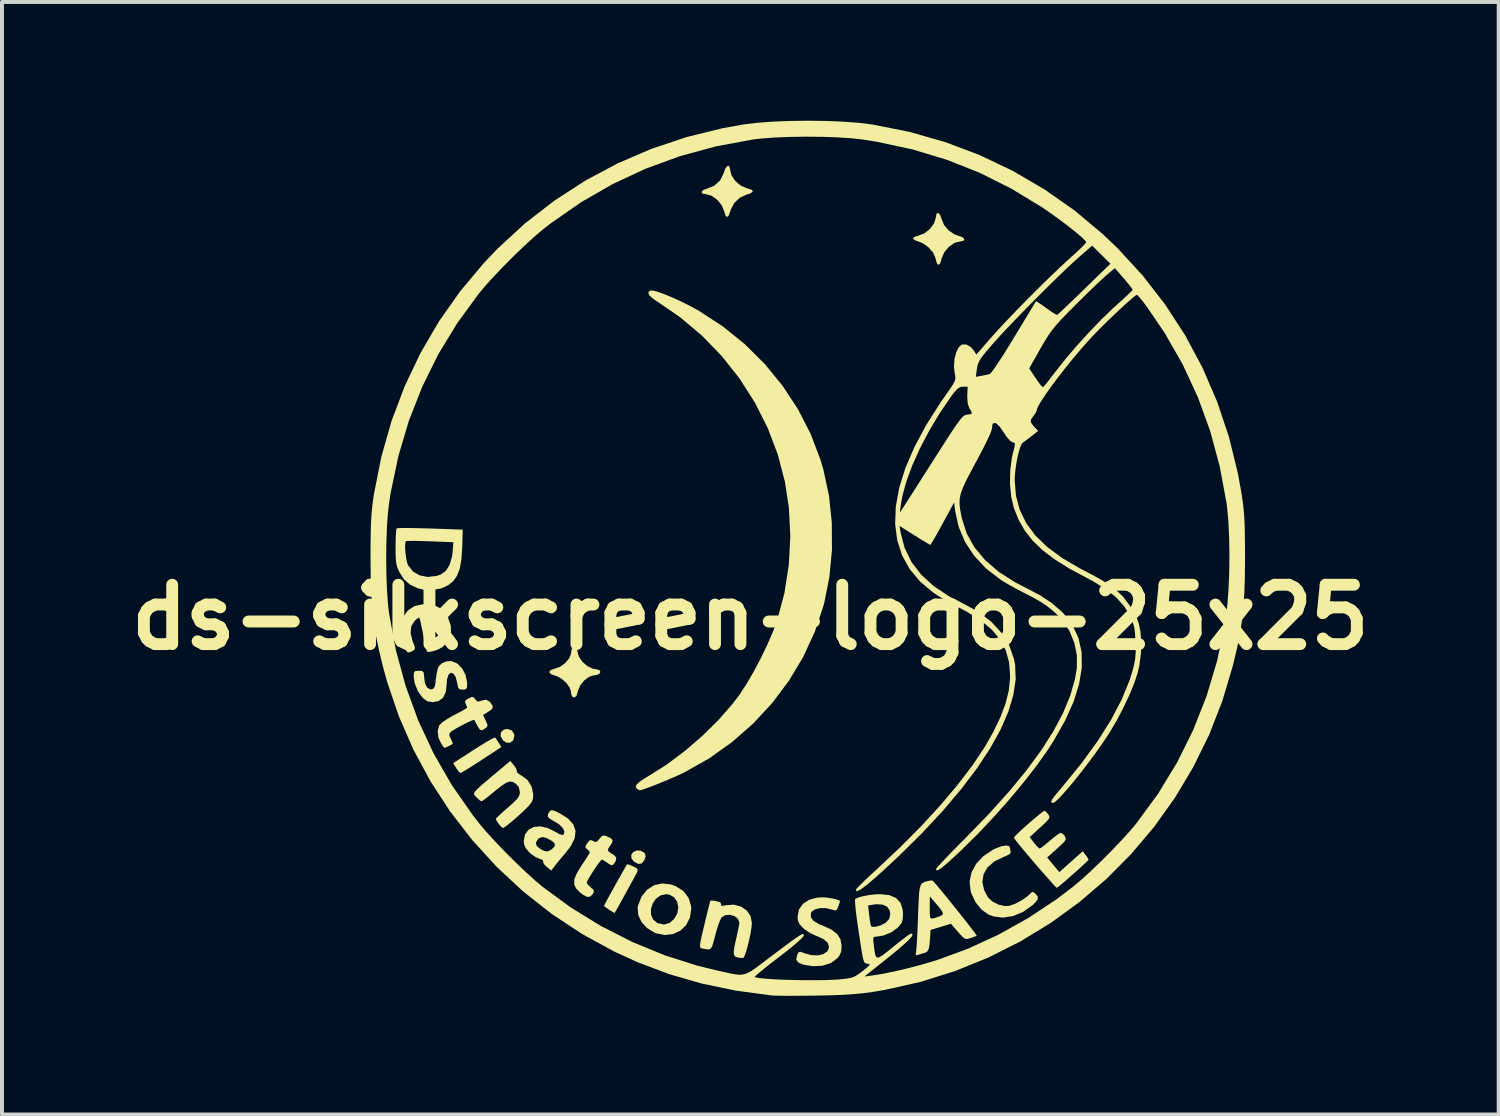
<source format=kicad_pcb>
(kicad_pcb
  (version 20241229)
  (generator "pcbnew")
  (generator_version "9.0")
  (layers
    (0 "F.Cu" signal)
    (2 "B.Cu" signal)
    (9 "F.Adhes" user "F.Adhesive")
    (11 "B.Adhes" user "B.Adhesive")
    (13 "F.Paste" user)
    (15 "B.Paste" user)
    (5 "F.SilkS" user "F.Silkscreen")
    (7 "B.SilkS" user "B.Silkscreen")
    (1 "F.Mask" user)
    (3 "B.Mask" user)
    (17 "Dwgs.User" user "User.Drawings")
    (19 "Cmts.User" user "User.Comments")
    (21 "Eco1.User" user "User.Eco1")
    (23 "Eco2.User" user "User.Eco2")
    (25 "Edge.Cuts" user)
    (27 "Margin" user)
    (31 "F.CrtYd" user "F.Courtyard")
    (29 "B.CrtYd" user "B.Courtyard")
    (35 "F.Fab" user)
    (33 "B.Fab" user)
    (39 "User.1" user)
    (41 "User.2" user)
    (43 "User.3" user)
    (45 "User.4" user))
  (footprint "ds-silkscreen-logo-25x25"
    (layer "F.Cu")
    (at 17.288 11.085)
    (property "Reference" "ds-silkscreen-logo-25x25" (at -1.381 1.46 0) (layer "F.SilkS") (effects (font (size 1.5 1.5) (thickness 0.3))))
    (attr board_only exclude_from_pos_files exclude_from_bom)
    (fp_poly (pts (xy -7.411 4.316) (xy -7.35 4.405) (xy -7.343 4.461) (xy -7.373 4.57) (xy -7.448 4.629) (xy -7.544 4.628) (xy -7.635 4.567) (xy -7.692 4.462) (xy -7.682 4.366) (xy -7.612 4.3) (xy -7.522 4.282)) (stroke (width 0) (type solid)) (fill yes) (layer "F.SilkS"))
    (fp_poly (pts (xy -4.154 7.357) (xy -4.054 7.411) (xy -4.024 7.499) (xy -4.064 7.607) (xy -4.135 7.684) (xy -4.214 7.691) (xy -4.316 7.637) (xy -4.385 7.554) (xy -4.39 7.466) (xy -4.342 7.392) (xy -4.251 7.351)) (stroke (width 0) (type solid)) (fill yes) (layer "F.SilkS"))
    (fp_poly (pts (xy -7.795 4.544) (xy -7.742 4.626) (xy -7.74 4.63) (xy -7.672 4.739) (xy -8.173 5.067) (xy -8.35 5.182) (xy -8.504 5.279) (xy -8.622 5.351) (xy -8.692 5.39) (xy -8.705 5.395) (xy -8.744 5.364) (xy -8.8 5.289) (xy -8.812 5.27) (xy -8.888 5.145) (xy -8.37 4.81) (xy -8.191 4.697) (xy -8.036 4.603) (xy -7.917 4.535) (xy -7.845 4.5) (xy -7.83 4.498)) (stroke (width 0) (type solid)) (fill yes) (layer "F.SilkS"))
    (fp_poly (pts (xy -4.454 7.708) (xy -4.368 7.74) (xy -4.34 7.753) (xy -4.252 7.801) (xy -4.224 7.843) (xy -4.243 7.901) (xy -4.247 7.909) (xy -4.301 8.012) (xy -4.376 8.15) (xy -4.464 8.31) (xy -4.556 8.478) (xy -4.644 8.638) (xy -4.721 8.776) (xy -4.779 8.878) (xy -4.809 8.929) (xy -4.812 8.932) (xy -4.846 8.913) (xy -4.923 8.865) (xy -4.948 8.849) (xy -5.031 8.792) (xy -5.075 8.754) (xy -5.077 8.75) (xy -5.059 8.712) (xy -5.01 8.62) (xy -4.939 8.488) (xy -4.853 8.332) (xy -4.761 8.167) (xy -4.671 8.007) (xy -4.592 7.867) (xy -4.532 7.762) (xy -4.499 7.707) (xy -4.496 7.703)) (stroke (width 0) (type solid)) (fill yes) (layer "F.SilkS"))
    (fp_poly (pts (xy -1.899 -9.894) (xy -1.897 -9.867) (xy -1.861 -9.712) (xy -1.764 -9.565) (xy -1.624 -9.446) (xy -1.459 -9.374) (xy -1.435 -9.368) (xy -1.339 -9.336) (xy -1.319 -9.295) (xy -1.373 -9.252) (xy -1.474 -9.219) (xy -1.645 -9.141) (xy -1.787 -9.007) (xy -1.876 -8.839) (xy -1.884 -8.81) (xy -1.924 -8.695) (xy -1.967 -8.652) (xy -2.007 -8.685) (xy -2.033 -8.77) (xy -2.096 -8.937) (xy -2.21 -9.081) (xy -2.354 -9.186) (xy -2.509 -9.232) (xy -2.531 -9.233) (xy -2.601 -9.25) (xy -2.61 -9.29) (xy -2.566 -9.336) (xy -2.475 -9.369) (xy -2.292 -9.442) (xy -2.147 -9.575) (xy -2.057 -9.753) (xy -2.051 -9.773) (xy -2.012 -9.879) (xy -1.964 -9.939) (xy -1.922 -9.947)) (stroke (width 0) (type solid)) (fill yes) (layer "F.SilkS"))
    (fp_poly (pts (xy 3.411 -8.71) (xy 3.446 -8.619) (xy 3.448 -8.609) (xy 3.513 -8.45) (xy 3.634 -8.309) (xy 3.786 -8.208) (xy 3.879 -8.178) (xy 3.973 -8.145) (xy 4.022 -8.1) (xy 4.018 -8.06) (xy 3.952 -8.04) (xy 3.944 -8.04) (xy 3.789 -8.004) (xy 3.642 -7.907) (xy 3.523 -7.768) (xy 3.451 -7.604) (xy 3.446 -7.579) (xy 3.414 -7.478) (xy 3.374 -7.443) (xy 3.337 -7.474) (xy 3.317 -7.531) (xy 3.293 -7.626) (xy 3.293 -7.627) (xy 3.231 -7.761) (xy 3.117 -7.889) (xy 2.975 -7.99) (xy 2.875 -8.029) (xy 2.765 -8.07) (xy 2.729 -8.114) (xy 2.769 -8.153) (xy 2.847 -8.176) (xy 3.014 -8.239) (xy 3.158 -8.353) (xy 3.263 -8.497) (xy 3.309 -8.652) (xy 3.31 -8.674) (xy 3.327 -8.745) (xy 3.366 -8.754)) (stroke (width 0) (type solid)) (fill yes) (layer "F.SilkS"))
    (fp_poly (pts (xy -5.797 2.193) (xy -5.762 2.25) (xy -5.753 2.307) (xy -5.717 2.448) (xy -5.625 2.584) (xy -5.497 2.696) (xy -5.353 2.762) (xy -5.28 2.772) (xy -5.202 2.792) (xy -5.174 2.816) (xy -5.177 2.869) (xy -5.239 2.912) (xy -5.341 2.93) (xy -5.344 2.93) (xy -5.457 2.965) (xy -5.574 3.053) (xy -5.673 3.174) (xy -5.733 3.305) (xy -5.739 3.332) (xy -5.773 3.444) (xy -5.825 3.488) (xy -5.886 3.461) (xy -5.907 3.404) (xy -5.912 3.341) (xy -5.945 3.236) (xy -6.029 3.121) (xy -6.143 3.018) (xy -6.266 2.949) (xy -6.31 2.936) (xy -6.423 2.895) (xy -6.462 2.844) (xy -6.428 2.794) (xy -6.32 2.758) (xy -6.316 2.757) (xy -6.184 2.708) (xy -6.059 2.616) (xy -5.961 2.501) (xy -5.913 2.385) (xy -5.912 2.363) (xy -5.894 2.26) (xy -5.852 2.196) (xy -5.799 2.192)) (stroke (width 0) (type solid)) (fill yes) (layer "F.SilkS"))
    (fp_poly (pts (xy -3.391 8.208) (xy -3.264 8.254) (xy -3.071 8.379) (xy -2.941 8.549) (xy -2.879 8.754) (xy -2.874 8.834) (xy -2.909 9.055) (xy -3.005 9.239) (xy -3.151 9.378) (xy -3.333 9.463) (xy -3.541 9.488) (xy -3.761 9.444) (xy -3.805 9.426) (xy -3.992 9.311) (xy -4.131 9.158) (xy -4.213 8.981) (xy -4.225 8.831) (xy -3.891 8.831) (xy -3.89 8.969) (xy -3.841 9.091) (xy -3.739 9.179) (xy -3.721 9.188) (xy -3.56 9.223) (xy -3.418 9.181) (xy -3.308 9.084) (xy -3.225 8.939) (xy -3.201 8.788) (xy -3.23 8.648) (xy -3.306 8.535) (xy -3.425 8.468) (xy -3.512 8.456) (xy -3.654 8.488) (xy -3.768 8.573) (xy -3.849 8.693) (xy -3.891 8.831) (xy -4.225 8.831) (xy -4.228 8.795) (xy -4.219 8.746) (xy -4.131 8.519) (xy -3.993 8.346) (xy -3.817 8.233) (xy -3.613 8.185)) (stroke (width 0) (type solid)) (fill yes) (layer "F.SilkS"))
    (fp_poly (pts (xy 5.156 7.24) (xy 5.178 7.28) (xy 5.192 7.37) (xy 5.198 7.39) (xy 5.177 7.438) (xy 5.077 7.492) (xy 5.019 7.514) (xy 4.782 7.629) (xy 4.612 7.778) (xy 4.511 7.953) (xy 4.481 8.149) (xy 4.526 8.357) (xy 4.627 8.541) (xy 4.738 8.644) (xy 4.893 8.721) (xy 5.057 8.757) (xy 5.154 8.752) (xy 5.304 8.701) (xy 5.47 8.614) (xy 5.615 8.513) (xy 5.671 8.46) (xy 5.731 8.404) (xy 5.776 8.406) (xy 5.82 8.442) (xy 5.879 8.513) (xy 5.881 8.582) (xy 5.821 8.665) (xy 5.747 8.735) (xy 5.507 8.905) (xy 5.254 9.01) (xy 5 9.048) (xy 4.757 9.017) (xy 4.63 8.968) (xy 4.457 8.843) (xy 4.31 8.661) (xy 4.205 8.443) (xy 4.185 8.378) (xy 4.159 8.138) (xy 4.207 7.905) (xy 4.325 7.687) (xy 4.508 7.494) (xy 4.749 7.333) (xy 4.809 7.303) (xy 4.957 7.247) (xy 5.078 7.226)) (stroke (width 0) (type solid)) (fill yes) (layer "F.SilkS"))
    (fp_poly (pts (xy -8.786 2.628) (xy -8.663 2.751) (xy -8.576 2.916) (xy -8.537 3.107) (xy -8.536 3.142) (xy -8.542 3.239) (xy -8.572 3.28) (xy -8.644 3.288) (xy -8.65 3.288) (xy -8.723 3.28) (xy -8.761 3.241) (xy -8.782 3.149) (xy -8.786 3.124) (xy -8.826 2.967) (xy -8.885 2.88) (xy -8.951 2.863) (xy -9.009 2.915) (xy -9.046 3.036) (xy -9.052 3.137) (xy -9.075 3.347) (xy -9.145 3.494) (xy -9.262 3.579) (xy -9.413 3.605) (xy -9.547 3.581) (xy -9.659 3.497) (xy -9.784 3.322) (xy -9.864 3.117) (xy -9.887 2.952) (xy -9.881 2.858) (xy -9.847 2.819) (xy -9.764 2.811) (xy -9.757 2.811) (xy -9.672 2.818) (xy -9.635 2.852) (xy -9.624 2.937) (xy -9.623 2.963) (xy -9.601 3.129) (xy -9.546 3.238) (xy -9.465 3.282) (xy -9.437 3.281) (xy -9.387 3.263) (xy -9.357 3.216) (xy -9.337 3.12) (xy -9.328 3.03) (xy -9.307 2.885) (xy -9.279 2.761) (xy -9.257 2.703) (xy -9.176 2.623) (xy -9.054 2.573) (xy -8.933 2.566)) (stroke (width 0) (type solid)) (fill yes) (layer "F.SilkS"))
    (fp_poly (pts (xy -9.991 -0.795) (xy -9.78 -0.791) (xy -9.539 -0.785) (xy -9.47 -0.783) (xy -8.647 -0.754) (xy -8.661 -0.293) (xy -8.681 0.003) (xy -8.722 0.233) (xy -8.79 0.41) (xy -8.889 0.548) (xy -9.015 0.651) (xy -9.196 0.732) (xy -9.415 0.771) (xy -9.637 0.764) (xy -9.785 0.727) (xy -9.984 0.632) (xy -10.129 0.504) (xy -10.245 0.324) (xy -10.289 0.229) (xy -10.318 0.138) (xy -10.335 0.03) (xy -10.342 -0.115) (xy -10.344 -0.292) (xy -10.103 -0.292) (xy -10.093 -0.154) (xy -10.073 -0.014) (xy -10.046 0.1) (xy -10.029 0.144) (xy -9.906 0.301) (xy -9.737 0.401) (xy -9.535 0.441) (xy -9.312 0.416) (xy -9.202 0.381) (xy -9.074 0.289) (xy -8.977 0.132) (xy -8.917 -0.078) (xy -8.904 -0.186) (xy -8.883 -0.436) (xy -9.474 -0.459) (xy -9.682 -0.466) (xy -9.861 -0.47) (xy -9.996 -0.469) (xy -10.073 -0.465) (xy -10.085 -0.462) (xy -10.101 -0.403) (xy -10.103 -0.292) (xy -10.344 -0.292) (xy -10.344 -0.314) (xy -10.342 -0.495) (xy -10.336 -0.645) (xy -10.327 -0.748) (xy -10.318 -0.785) (xy -10.273 -0.792) (xy -10.16 -0.795)) (stroke (width 0) (type solid)) (fill yes) (layer "F.SilkS"))
    (fp_poly (pts (xy -5.006 6.994) (xy -4.898 7.048) (xy -4.859 7.098) (xy -4.881 7.167) (xy -4.919 7.225) (xy -4.971 7.304) (xy -4.979 7.355) (xy -4.934 7.402) (xy -4.829 7.465) (xy -4.768 7.529) (xy -4.78 7.614) (xy -4.818 7.675) (xy -4.859 7.721) (xy -4.901 7.723) (xy -4.971 7.68) (xy -4.992 7.665) (xy -5.075 7.61) (xy -5.128 7.582) (xy -5.132 7.581) (xy -5.166 7.612) (xy -5.227 7.693) (xy -5.304 7.804) (xy -5.384 7.925) (xy -5.453 8.039) (xy -5.501 8.126) (xy -5.515 8.164) (xy -5.485 8.218) (xy -5.414 8.284) (xy -5.411 8.287) (xy -5.342 8.345) (xy -5.333 8.395) (xy -5.36 8.449) (xy -5.425 8.518) (xy -5.503 8.526) (xy -5.608 8.472) (xy -5.684 8.413) (xy -5.786 8.309) (xy -5.833 8.201) (xy -5.826 8.075) (xy -5.762 7.921) (xy -5.642 7.724) (xy -5.634 7.713) (xy -5.545 7.58) (xy -5.477 7.473) (xy -5.439 7.407) (xy -5.435 7.396) (xy -5.463 7.356) (xy -5.502 7.322) (xy -5.546 7.282) (xy -5.542 7.237) (xy -5.502 7.169) (xy -5.447 7.1) (xy -5.397 7.092) (xy -5.352 7.114) (xy -5.29 7.14) (xy -5.24 7.115) (xy -5.192 7.056) (xy -5.13 6.986) (xy -5.073 6.972)) (stroke (width 0) (type solid)) (fill yes) (layer "F.SilkS"))
    (fp_poly (pts (xy -7.352 5.202) (xy -7.297 5.284) (xy -7.279 5.345) (xy -7.282 5.352) (xy -7.265 5.391) (xy -7.194 5.442) (xy -7.166 5.457) (xy -7.011 5.572) (xy -6.907 5.737) (xy -6.866 5.933) (xy -6.866 5.948) (xy -6.873 6.047) (xy -6.904 6.128) (xy -6.972 6.217) (xy -7.055 6.302) (xy -7.175 6.416) (xy -7.305 6.533) (xy -7.432 6.641) (xy -7.539 6.727) (xy -7.612 6.778) (xy -7.633 6.786) (xy -7.67 6.758) (xy -7.731 6.69) (xy -7.739 6.68) (xy -7.792 6.602) (xy -7.812 6.552) (xy -7.811 6.549) (xy -7.778 6.513) (xy -7.699 6.439) (xy -7.585 6.337) (xy -7.502 6.264) (xy -7.363 6.14) (xy -7.274 6.05) (xy -7.226 5.98) (xy -7.206 5.916) (xy -7.204 5.873) (xy -7.23 5.749) (xy -7.309 5.664) (xy -7.382 5.62) (xy -7.455 5.609) (xy -7.54 5.636) (xy -7.652 5.707) (xy -7.803 5.825) (xy -7.863 5.875) (xy -7.989 5.978) (xy -8.093 6.058) (xy -8.16 6.104) (xy -8.175 6.111) (xy -8.219 6.084) (xy -8.289 6.02) (xy -8.298 6.01) (xy -8.336 5.971) (xy -8.359 5.938) (xy -8.36 5.903) (xy -8.334 5.858) (xy -8.273 5.794) (xy -8.172 5.702) (xy -8.022 5.575) (xy -7.842 5.423) (xy -7.447 5.09)) (stroke (width 0) (type solid)) (fill yes) (layer "F.SilkS"))
    (fp_poly (pts (xy 0.559 8.543) (xy 0.686 8.563) (xy 0.798 8.589) (xy 0.871 8.617) (xy 0.885 8.633) (xy 0.873 8.673) (xy 0.845 8.757) (xy 0.842 8.766) (xy 0.806 8.848) (xy 0.761 8.868) (xy 0.697 8.85) (xy 0.536 8.81) (xy 0.38 8.808) (xy 0.249 8.84) (xy 0.165 8.903) (xy 0.15 8.933) (xy 0.147 9.036) (xy 0.211 9.127) (xy 0.349 9.21) (xy 0.449 9.251) (xy 0.668 9.351) (xy 0.815 9.465) (xy 0.898 9.599) (xy 0.925 9.764) (xy 0.925 9.766) (xy 0.914 9.905) (xy 0.871 10.006) (xy 0.813 10.077) (xy 0.648 10.198) (xy 0.437 10.264) (xy 0.192 10.275) (xy -0.042 10.236) (xy -0.168 10.184) (xy -0.22 10.111) (xy -0.204 10.008) (xy -0.195 9.985) (xy -0.162 9.925) (xy -0.12 9.91) (xy -0.041 9.936) (xy -0.012 9.948) (xy 0.16 9.996) (xy 0.324 10.002) (xy 0.464 9.969) (xy 0.564 9.902) (xy 0.606 9.805) (xy 0.607 9.791) (xy 0.574 9.685) (xy 0.471 9.593) (xy 0.295 9.512) (xy 0.274 9.505) (xy 0.127 9.436) (xy -0.014 9.343) (xy -0.051 9.311) (xy -0.141 9.211) (xy -0.181 9.116) (xy -0.188 9.023) (xy -0.153 8.843) (xy -0.051 8.699) (xy 0.108 8.596) (xy 0.318 8.542) (xy 0.441 8.535)) (stroke (width 0) (type solid)) (fill yes) (layer "F.SilkS"))
    (fp_poly (pts (xy -8.371 3.481) (xy -8.331 3.531) (xy -8.282 3.586) (xy -8.224 3.586) (xy -8.169 3.564) (xy -8.058 3.542) (xy -7.966 3.591) (xy -7.898 3.689) (xy -7.887 3.744) (xy -7.928 3.797) (xy -7.998 3.844) (xy -8.135 3.929) (xy -8.068 4.069) (xy -8.027 4.162) (xy -8.024 4.214) (xy -8.06 4.254) (xy -8.077 4.266) (xy -8.155 4.313) (xy -8.209 4.304) (xy -8.261 4.231) (xy -8.281 4.193) (xy -8.327 4.105) (xy -8.356 4.054) (xy -8.358 4.051) (xy -8.397 4.06) (xy -8.485 4.098) (xy -8.601 4.155) (xy -8.726 4.221) (xy -8.84 4.284) (xy -8.921 4.336) (xy -8.942 4.351) (xy -8.984 4.4) (xy -8.984 4.453) (xy -8.949 4.529) (xy -8.911 4.612) (xy -8.899 4.657) (xy -8.9 4.658) (xy -8.948 4.687) (xy -9.024 4.726) (xy -9.088 4.754) (xy -9.105 4.759) (xy -9.137 4.73) (xy -9.189 4.658) (xy -9.19 4.657) (xy -9.263 4.495) (xy -9.281 4.332) (xy -9.242 4.194) (xy -9.235 4.184) (xy -9.17 4.12) (xy -9.054 4.039) (xy -8.908 3.953) (xy -8.853 3.924) (xy -8.712 3.851) (xy -8.604 3.79) (xy -8.543 3.751) (xy -8.536 3.742) (xy -8.552 3.694) (xy -8.576 3.645) (xy -8.592 3.586) (xy -8.553 3.54) (xy -8.501 3.51) (xy -8.418 3.473)) (stroke (width 0) (type solid)) (fill yes) (layer "F.SilkS"))
    (fp_poly (pts (xy -6.308 6.359) (xy -6.2 6.411) (xy -5.988 6.544) (xy -5.854 6.693) (xy -5.797 6.858) (xy -5.818 7.04) (xy -5.916 7.24) (xy -6.042 7.405) (xy -6.154 7.535) (xy -6.254 7.656) (xy -6.324 7.744) (xy -6.331 7.752) (xy -6.409 7.859) (xy -6.525 7.767) (xy -6.593 7.697) (xy -6.617 7.64) (xy -6.614 7.631) (xy -6.628 7.593) (xy -6.707 7.562) (xy -6.709 7.561) (xy -6.812 7.516) (xy -6.927 7.435) (xy -6.968 7.397) (xy -7.059 7.29) (xy -7.099 7.188) (xy -7.101 7.156) (xy -6.801 7.156) (xy -6.776 7.242) (xy -6.673 7.323) (xy -6.567 7.371) (xy -6.491 7.372) (xy -6.406 7.326) (xy -6.398 7.321) (xy -6.322 7.244) (xy -6.325 7.172) (xy -6.392 7.112) (xy -6.536 7.035) (xy -6.64 7.012) (xy -6.721 7.042) (xy -6.747 7.064) (xy -6.801 7.156) (xy -7.101 7.156) (xy -7.105 7.109) (xy -7.073 6.945) (xy -6.985 6.828) (xy -6.853 6.759) (xy -6.689 6.743) (xy -6.503 6.783) (xy -6.332 6.868) (xy -6.202 6.941) (xy -6.122 6.96) (xy -6.099 6.949) (xy -6.077 6.879) (xy -6.116 6.79) (xy -6.205 6.697) (xy -6.329 6.619) (xy -6.448 6.553) (xy -6.5 6.494) (xy -6.491 6.428) (xy -6.459 6.376) (xy -6.425 6.34) (xy -6.382 6.334)) (stroke (width 0) (type solid)) (fill yes) (layer "F.SilkS"))
    (fp_poly (pts (xy -2.257 8.628) (xy -2.239 8.631) (xy -2.142 8.662) (xy -2.119 8.706) (xy -2.121 8.712) (xy -2.119 8.745) (xy -2.068 8.748) (xy -2 8.735) (xy -1.798 8.721) (xy -1.618 8.769) (xy -1.473 8.867) (xy -1.376 9.008) (xy -1.342 9.182) (xy -1.352 9.296) (xy -1.376 9.446) (xy -1.411 9.612) (xy -1.451 9.775) (xy -1.492 9.918) (xy -1.529 10.022) (xy -1.558 10.066) (xy -1.56 10.067) (xy -1.628 10.066) (xy -1.691 10.057) (xy -1.756 10.036) (xy -1.792 9.993) (xy -1.802 9.915) (xy -1.785 9.789) (xy -1.744 9.601) (xy -1.741 9.59) (xy -1.704 9.427) (xy -1.676 9.287) (xy -1.66 9.194) (xy -1.659 9.174) (xy -1.693 9.079) (xy -1.78 9.011) (xy -1.894 8.977) (xy -2.011 8.985) (xy -2.107 9.042) (xy -2.107 9.042) (xy -2.144 9.11) (xy -2.191 9.234) (xy -2.24 9.394) (xy -2.266 9.489) (xy -2.311 9.665) (xy -2.347 9.776) (xy -2.386 9.834) (xy -2.439 9.853) (xy -2.52 9.843) (xy -2.597 9.827) (xy -2.628 9.818) (xy -2.647 9.799) (xy -2.653 9.758) (xy -2.645 9.683) (xy -2.621 9.563) (xy -2.58 9.386) (xy -2.541 9.222) (xy -2.492 9.017) (xy -2.449 8.842) (xy -2.415 8.709) (xy -2.395 8.633) (xy -2.39 8.62) (xy -2.347 8.617)) (stroke (width 0) (type solid)) (fill yes) (layer "F.SilkS"))
    (fp_poly (pts (xy -9.369 1.155) (xy -9.19 1.246) (xy -9.054 1.403) (xy -9.023 1.459) (xy -8.947 1.678) (xy -8.947 1.882) (xy -9.02 2.065) (xy -9.155 2.211) (xy -9.244 2.262) (xy -9.355 2.306) (xy -9.463 2.332) (xy -9.537 2.334) (xy -9.55 2.327) (xy -9.564 2.284) (xy -9.589 2.179) (xy -9.62 2.03) (xy -9.646 1.9) (xy -9.681 1.729) (xy -9.711 1.589) (xy -9.735 1.497) (xy -9.742 1.476) (xy -9.476 1.476) (xy -9.463 1.571) (xy -9.442 1.692) (xy -9.417 1.815) (xy -9.393 1.914) (xy -9.388 1.93) (xy -9.348 1.969) (xy -9.288 1.944) (xy -9.221 1.861) (xy -9.214 1.85) (xy -9.179 1.759) (xy -9.192 1.668) (xy -9.207 1.63) (xy -9.259 1.551) (xy -9.337 1.48) (xy -9.415 1.433) (xy -9.471 1.429) (xy -9.476 1.433) (xy -9.476 1.476) (xy -9.742 1.476) (xy -9.744 1.47) (xy -9.781 1.483) (xy -9.849 1.538) (xy -9.865 1.553) (xy -9.948 1.69) (xy -9.964 1.864) (xy -9.914 2.065) (xy -9.907 2.082) (xy -9.863 2.195) (xy -9.855 2.258) (xy -9.886 2.297) (xy -9.949 2.328) (xy -10.013 2.351) (xy -10.055 2.336) (xy -10.096 2.269) (xy -10.125 2.205) (xy -10.213 1.935) (xy -10.226 1.692) (xy -10.165 1.475) (xy -10.158 1.461) (xy -10.032 1.286) (xy -9.865 1.177) (xy -9.652 1.13) (xy -9.594 1.128)) (stroke (width 0) (type solid)) (fill yes) (layer "F.SilkS"))
    (fp_poly (pts (xy 3.223 8.114) (xy 3.26 8.151) (xy 3.335 8.238) (xy 3.44 8.364) (xy 3.567 8.519) (xy 3.707 8.691) (xy 3.851 8.871) (xy 3.991 9.046) (xy 4.118 9.208) (xy 4.223 9.344) (xy 4.299 9.445) (xy 4.336 9.499) (xy 4.338 9.505) (xy 4.294 9.525) (xy 4.205 9.558) (xy 4.184 9.565) (xy 4.109 9.587) (xy 4.053 9.585) (xy 3.996 9.549) (xy 3.918 9.468) (xy 3.865 9.408) (xy 3.685 9.203) (xy 3.428 9.282) (xy 3.171 9.36) (xy 3.16 9.554) (xy 3.146 9.73) (xy 3.124 9.842) (xy 3.087 9.906) (xy 3.03 9.938) (xy 3.016 9.942) (xy 2.911 9.972) (xy 2.852 9.992) (xy 2.806 9.998) (xy 2.798 9.955) (xy 2.806 9.903) (xy 2.815 9.826) (xy 2.825 9.685) (xy 2.836 9.496) (xy 2.846 9.275) (xy 2.853 9.092) (xy 2.857 8.96) (xy 3.152 8.96) (xy 3.163 9.046) (xy 3.201 9.075) (xy 3.281 9.059) (xy 3.418 9.009) (xy 3.421 9.007) (xy 3.472 8.979) (xy 3.484 8.937) (xy 3.452 8.87) (xy 3.372 8.766) (xy 3.293 8.674) (xy 3.154 8.515) (xy 3.152 8.806) (xy 3.152 8.96) (xy 2.857 8.96) (xy 2.863 8.803) (xy 2.873 8.582) (xy 2.884 8.421) (xy 2.9 8.309) (xy 2.921 8.235) (xy 2.95 8.189) (xy 2.99 8.161) (xy 3.042 8.141) (xy 3.053 8.137) (xy 3.152 8.113) (xy 3.218 8.111)) (stroke (width 0) (type solid)) (fill yes) (layer "F.SilkS"))
    (fp_poly (pts (xy 6.095 6.378) (xy 6.145 6.439) (xy 6.171 6.484) (xy 6.174 6.525) (xy 6.143 6.576) (xy 6.07 6.652) (xy 5.948 6.766) (xy 5.942 6.771) (xy 5.677 7.014) (xy 5.787 7.159) (xy 5.86 7.245) (xy 5.915 7.297) (xy 5.929 7.303) (xy 5.972 7.279) (xy 6.057 7.214) (xy 6.167 7.122) (xy 6.188 7.104) (xy 6.303 7.009) (xy 6.399 6.938) (xy 6.458 6.906) (xy 6.463 6.906) (xy 6.518 6.936) (xy 6.565 6.993) (xy 6.587 7.039) (xy 6.584 7.083) (xy 6.545 7.139) (xy 6.461 7.221) (xy 6.369 7.305) (xy 6.118 7.529) (xy 6.272 7.714) (xy 6.426 7.899) (xy 6.528 7.808) (xy 6.612 7.732) (xy 6.728 7.629) (xy 6.823 7.544) (xy 7.017 7.371) (xy 7.09 7.466) (xy 7.143 7.541) (xy 7.165 7.585) (xy 7.137 7.617) (xy 7.062 7.689) (xy 6.954 7.788) (xy 6.826 7.903) (xy 6.691 8.022) (xy 6.564 8.133) (xy 6.457 8.223) (xy 6.384 8.281) (xy 6.36 8.297) (xy 6.33 8.268) (xy 6.256 8.188) (xy 6.147 8.066) (xy 6.009 7.91) (xy 5.852 7.729) (xy 5.81 7.681) (xy 5.65 7.493) (xy 5.508 7.325) (xy 5.394 7.186) (xy 5.315 7.086) (xy 5.279 7.033) (xy 5.277 7.029) (xy 5.306 6.991) (xy 5.381 6.914) (xy 5.49 6.813) (xy 5.618 6.698) (xy 5.751 6.582) (xy 5.875 6.478) (xy 5.976 6.398) (xy 6.039 6.354) (xy 6.051 6.349)) (stroke (width 0) (type solid)) (fill yes) (layer "F.SilkS"))
    (fp_poly (pts (xy -3.83 -6.792) (xy -3.702 -6.756) (xy -3.532 -6.694) (xy -3.332 -6.61) (xy -3.117 -6.512) (xy -2.9 -6.403) (xy -2.694 -6.29) (xy -2.691 -6.289) (xy -2.082 -5.893) (xy -1.522 -5.441) (xy -1.016 -4.938) (xy -0.567 -4.39) (xy -0.18 -3.801) (xy 0.14 -3.178) (xy 0.389 -2.525) (xy 0.466 -2.266) (xy 0.606 -1.611) (xy 0.677 -0.932) (xy 0.681 -0.243) (xy 0.617 0.439) (xy 0.486 1.097) (xy 0.466 1.171) (xy 0.246 1.83) (xy -0.046 2.463) (xy -0.406 3.063) (xy -0.828 3.625) (xy -1.307 4.143) (xy -1.84 4.611) (xy -2.421 5.025) (xy -3.044 5.376) (xy -3.191 5.446) (xy -3.368 5.524) (xy -3.559 5.605) (xy -3.748 5.682) (xy -3.921 5.749) (xy -4.061 5.8) (xy -4.152 5.828) (xy -4.176 5.832) (xy -4.21 5.813) (xy -4.243 5.793) (xy -4.279 5.746) (xy -4.254 5.685) (xy -4.165 5.605) (xy -4.007 5.502) (xy -3.933 5.459) (xy -3.485 5.175) (xy -3.034 4.836) (xy -2.596 4.459) (xy -2.189 4.058) (xy -1.832 3.65) (xy -1.649 3.408) (xy -1.48 3.15) (xy -1.301 2.842) (xy -1.122 2.505) (xy -0.957 2.163) (xy -0.815 1.838) (xy -0.709 1.554) (xy -0.707 1.549) (xy -0.521 0.854) (xy -0.409 0.138) (xy -0.371 -0.587) (xy -0.407 -1.311) (xy -0.507 -1.961) (xy -0.687 -2.651) (xy -0.942 -3.321) (xy -1.265 -3.962) (xy -1.653 -4.57) (xy -2.101 -5.137) (xy -2.604 -5.656) (xy -3.158 -6.122) (xy -3.662 -6.469) (xy -3.832 -6.583) (xy -3.931 -6.671) (xy -3.961 -6.737) (xy -3.925 -6.784) (xy -3.901 -6.795)) (stroke (width 0) (type solid)) (fill yes) (layer "F.SilkS"))
    (fp_poly (pts (xy 0.534 -11.079) (xy 0.971 -11.061) (xy 1.369 -11.031) (xy 1.7 -10.99) (xy 2.633 -10.805) (xy 3.538 -10.547) (xy 4.412 -10.217) (xy 5.25 -9.818) (xy 6.051 -9.35) (xy 6.811 -8.817) (xy 7.526 -8.218) (xy 7.9 -7.861) (xy 8.534 -7.171) (xy 9.103 -6.436) (xy 9.608 -5.658) (xy 10.045 -4.84) (xy 10.413 -3.985) (xy 10.711 -3.097) (xy 10.936 -2.179) (xy 11.03 -1.66) (xy 11.058 -1.471) (xy 11.079 -1.293) (xy 11.095 -1.112) (xy 11.106 -0.913) (xy 11.112 -0.68) (xy 11.116 -0.399) (xy 11.117 -0.054) (xy 11.117 -0.031) (xy 11.113 0.435) (xy 11.1 0.84) (xy 11.077 1.202) (xy 11.04 1.541) (xy 10.988 1.875) (xy 10.919 2.222) (xy 10.83 2.6) (xy 10.807 2.692) (xy 10.543 3.578) (xy 10.21 4.43) (xy 9.809 5.245) (xy 9.346 6.02) (xy 8.824 6.751) (xy 8.245 7.437) (xy 7.614 8.072) (xy 6.933 8.655) (xy 6.207 9.183) (xy 5.438 9.652) (xy 4.63 10.058) (xy 3.787 10.4) (xy 2.912 10.674) (xy 2.008 10.876) (xy 1.72 10.924) (xy 1.476 10.957) (xy 1.22 10.982) (xy 0.936 11) (xy 0.605 11.012) (xy 0.249 11.019) (xy -0.025 11.022) (xy -0.282 11.023) (xy -0.507 11.023) (xy -0.687 11.021) (xy -0.808 11.017) (xy -0.844 11.015) (xy -1.751 10.892) (xy -2.609 10.714) (xy -3.43 10.477) (xy -4.224 10.177) (xy -4.823 9.904) (xy -5.634 9.46) (xy -6.402 8.953) (xy -7.122 8.386) (xy -7.791 7.764) (xy -8.407 7.089) (xy -8.965 6.367) (xy -9.463 5.602) (xy -9.897 4.797) (xy -10.263 3.957) (xy -10.559 3.087) (xy -10.667 2.692) (xy -10.76 2.304) (xy -10.834 1.952) (xy -10.889 1.617) (xy -10.929 1.281) (xy -10.956 0.925) (xy -10.971 0.532) (xy -10.976 0.081) (xy -10.976 0.014) (xy -10.581 0.014) (xy -10.575 0.418) (xy -10.56 0.799) (xy -10.535 1.138) (xy -10.509 1.361) (xy -10.335 2.297) (xy -10.088 3.2) (xy -9.771 4.069) (xy -9.382 4.902) (xy -8.923 5.699) (xy -8.394 6.459) (xy -8.232 6.667) (xy -8.051 6.881) (xy -7.825 7.128) (xy -7.571 7.393) (xy -7.304 7.659) (xy -7.041 7.909) (xy -6.799 8.128) (xy -6.628 8.271) (xy -5.913 8.795) (xy -5.154 9.261) (xy -4.361 9.664) (xy -3.544 10) (xy -2.712 10.264) (xy -2.249 10.377) (xy -2.021 10.428) (xy -1.846 10.467) (xy -1.71 10.489) (xy -1.597 10.49) (xy -1.495 10.467) (xy -1.388 10.416) (xy -1.262 10.333) (xy -1.102 10.214) (xy -0.896 10.057) (xy -0.823 10.002) (xy -0.576 9.816) (xy -0.385 9.674) (xy -0.243 9.572) (xy -0.144 9.505) (xy -0.08 9.469) (xy -0.046 9.46) (xy -0.032 9.474) (xy -0.034 9.506) (xy -0.035 9.511) (xy -0.07 9.557) (xy -0.159 9.641) (xy -0.292 9.756) (xy -0.46 9.892) (xy -0.652 10.04) (xy -0.68 10.062) (xy -0.87 10.208) (xy -1.033 10.337) (xy -1.161 10.442) (xy -1.244 10.515) (xy -1.274 10.55) (xy -1.273 10.552) (xy -1.169 10.573) (xy -1 10.591) (xy -0.78 10.606) (xy -0.523 10.618) (xy -0.245 10.626) (xy 0.042 10.63) (xy 0.323 10.629) (xy 0.582 10.624) (xy 0.807 10.613) (xy 0.885 10.607) (xy 1.056 10.589) (xy 1.174 10.566) (xy 1.269 10.528) (xy 1.369 10.464) (xy 1.452 10.401) (xy 1.567 10.31) (xy 1.625 10.256) (xy 1.633 10.228) (xy 1.599 10.215) (xy 1.584 10.212) (xy 1.549 10.208) (xy 1.522 10.2) (xy 1.5 10.177) (xy 1.481 10.13) (xy 1.46 10.05) (xy 1.437 9.927) (xy 1.409 9.752) (xy 1.373 9.515) (xy 1.34 9.296) (xy 1.308 9.071) (xy 1.283 8.873) (xy 1.271 8.742) (xy 1.594 8.742) (xy 1.622 8.987) (xy 1.639 9.121) (xy 1.657 9.223) (xy 1.67 9.265) (xy 1.722 9.284) (xy 1.818 9.272) (xy 1.93 9.236) (xy 2.031 9.181) (xy 2.038 9.177) (xy 2.13 9.078) (xy 2.154 8.959) (xy 2.14 8.869) (xy 2.078 8.774) (xy 1.959 8.719) (xy 1.799 8.71) (xy 1.748 8.716) (xy 1.594 8.742) (xy 1.271 8.742) (xy 1.268 8.716) (xy 1.263 8.612) (xy 1.269 8.576) (xy 1.344 8.54) (xy 1.475 8.505) (xy 1.636 8.476) (xy 1.804 8.459) (xy 1.898 8.456) (xy 2.131 8.48) (xy 2.302 8.553) (xy 2.414 8.676) (xy 2.469 8.853) (xy 2.475 8.96) (xy 2.468 9.094) (xy 2.438 9.186) (xy 2.371 9.272) (xy 2.343 9.301) (xy 2.181 9.419) (xy 1.983 9.501) (xy 1.8 9.529) (xy 1.75 9.534) (xy 1.727 9.562) (xy 1.725 9.631) (xy 1.739 9.754) (xy 1.759 9.908) (xy 1.78 10.008) (xy 1.814 10.057) (xy 1.87 10.054) (xy 1.96 10) (xy 2.094 9.896) (xy 2.23 9.785) (xy 2.385 9.661) (xy 2.519 9.558) (xy 2.619 9.485) (xy 2.673 9.451) (xy 2.678 9.45) (xy 2.718 9.467) (xy 2.701 9.519) (xy 2.625 9.608) (xy 2.488 9.736) (xy 2.288 9.906) (xy 2.108 10.052) (xy 1.502 10.536) (xy 1.72 10.507) (xy 1.966 10.468) (xy 2.265 10.406) (xy 2.594 10.329) (xy 2.931 10.24) (xy 3.254 10.146) (xy 3.344 10.118) (xy 4.119 9.833) (xy 4.889 9.478) (xy 5.638 9.06) (xy 6.35 8.588) (xy 6.768 8.271) (xy 6.981 8.091) (xy 7.229 7.865) (xy 7.494 7.61) (xy 7.759 7.343) (xy 8.01 7.08) (xy 8.229 6.838) (xy 8.372 6.667) (xy 8.92 5.919) (xy 9.399 5.132) (xy 9.808 4.308) (xy 10.146 3.45) (xy 10.412 2.56) (xy 10.605 1.642) (xy 10.629 1.494) (xy 10.67 1.152) (xy 10.7 0.756) (xy 10.718 0.326) (xy 10.723 -0.116) (xy 10.716 -0.55) (xy 10.697 -0.955) (xy 10.665 -1.309) (xy 10.65 -1.422) (xy 10.477 -2.354) (xy 10.236 -3.247) (xy 9.924 -4.104) (xy 9.542 -4.928) (xy 9.087 -5.723) (xy 8.641 -6.379) (xy 8.542 -6.512) (xy 8.458 -6.616) (xy 8.402 -6.677) (xy 8.387 -6.687) (xy 8.342 -6.661) (xy 8.253 -6.589) (xy 8.127 -6.478) (xy 7.976 -6.339) (xy 7.809 -6.182) (xy 7.636 -6.016) (xy 7.468 -5.85) (xy 7.315 -5.694) (xy 7.186 -5.558) (xy 7.181 -5.552) (xy 6.982 -5.326) (xy 6.779 -5.087) (xy 6.581 -4.842) (xy 6.393 -4.601) (xy 6.223 -4.374) (xy 6.078 -4.168) (xy 5.963 -3.994) (xy 5.886 -3.861) (xy 5.854 -3.777) (xy 5.854 -3.769) (xy 5.83 -3.706) (xy 5.774 -3.628) (xy 5.711 -3.539) (xy 5.706 -3.468) (xy 5.761 -3.385) (xy 5.793 -3.351) (xy 5.891 -3.248) (xy 5.723 -3.117) (xy 5.618 -3.036) (xy 5.533 -2.974) (xy 5.502 -2.954) (xy 5.461 -2.895) (xy 5.417 -2.775) (xy 5.375 -2.613) (xy 5.339 -2.426) (xy 5.312 -2.233) (xy 5.298 -2.053) (xy 5.298 -2.004) (xy 5.329 -1.616) (xy 5.425 -1.255) (xy 5.588 -0.92) (xy 5.82 -0.606) (xy 6.124 -0.312) (xy 6.502 -0.034) (xy 6.956 0.231) (xy 7.086 0.298) (xy 7.293 0.406) (xy 7.497 0.522) (xy 7.675 0.631) (xy 7.806 0.721) (xy 7.814 0.728) (xy 8.038 0.942) (xy 8.235 1.207) (xy 8.387 1.494) (xy 8.424 1.592) (xy 8.475 1.814) (xy 8.495 2.085) (xy 8.486 2.381) (xy 8.448 2.676) (xy 8.403 2.871) (xy 8.317 3.128) (xy 8.194 3.427) (xy 8.044 3.746) (xy 7.877 4.064) (xy 7.704 4.359) (xy 7.667 4.416) (xy 7.521 4.635) (xy 7.357 4.867) (xy 7.183 5.104) (xy 7.005 5.337) (xy 6.83 5.557) (xy 6.667 5.755) (xy 6.521 5.922) (xy 6.401 6.049) (xy 6.313 6.128) (xy 6.27 6.15) (xy 6.229 6.143) (xy 6.22 6.115) (xy 6.247 6.058) (xy 6.316 5.964) (xy 6.432 5.824) (xy 6.514 5.727) (xy 6.988 5.146) (xy 7.396 4.584) (xy 7.735 4.046) (xy 8.004 3.532) (xy 8.202 3.046) (xy 8.262 2.855) (xy 8.313 2.663) (xy 8.342 2.506) (xy 8.355 2.349) (xy 8.353 2.158) (xy 8.35 2.084) (xy 8.339 1.88) (xy 8.32 1.729) (xy 8.288 1.604) (xy 8.239 1.481) (xy 8.22 1.44) (xy 8.07 1.19) (xy 7.866 0.962) (xy 7.601 0.749) (xy 7.268 0.544) (xy 7.122 0.467) (xy 6.68 0.23) (xy 6.31 -0.002) (xy 6.004 -0.233) (xy 5.755 -0.472) (xy 5.555 -0.725) (xy 5.398 -0.999) (xy 5.278 -1.297) (xy 5.21 -1.583) (xy 5.179 -1.911) (xy 5.185 -2.252) (xy 5.228 -2.577) (xy 5.252 -2.682) (xy 5.288 -2.822) (xy 5.302 -2.903) (xy 5.295 -2.942) (xy 5.265 -2.957) (xy 5.243 -2.96) (xy 5.178 -3.002) (xy 5.093 -3.101) (xy 5.019 -3.211) (xy 4.914 -3.362) (xy 4.831 -3.439) (xy 4.797 -3.449) (xy 4.741 -3.43) (xy 4.727 -3.359) (xy 4.728 -3.339) (xy 4.711 -3.258) (xy 4.652 -3.112) (xy 4.55 -2.901) (xy 4.407 -2.624) (xy 4.321 -2.465) (xy 4.175 -2.192) (xy 4.063 -1.976) (xy 3.984 -1.802) (xy 3.933 -1.658) (xy 3.908 -1.529) (xy 3.904 -1.403) (xy 3.919 -1.267) (xy 3.949 -1.106) (xy 3.963 -1.039) (xy 4.083 -0.662) (xy 4.278 -0.311) (xy 4.547 0.012) (xy 4.889 0.308) (xy 5.304 0.574) (xy 5.575 0.714) (xy 5.938 0.904) (xy 6.235 1.101) (xy 6.48 1.312) (xy 6.536 1.37) (xy 6.76 1.664) (xy 6.911 1.99) (xy 6.989 2.346) (xy 6.993 2.733) (xy 6.925 3.15) (xy 6.784 3.597) (xy 6.57 4.074) (xy 6.282 4.58) (xy 6.142 4.799) (xy 5.864 5.193) (xy 5.534 5.618) (xy 5.165 6.061) (xy 4.769 6.506) (xy 4.36 6.939) (xy 3.949 7.345) (xy 3.845 7.442) (xy 3.652 7.62) (xy 3.508 7.745) (xy 3.408 7.822) (xy 3.346 7.855) (xy 3.315 7.847) (xy 3.31 7.821) (xy 3.337 7.784) (xy 3.413 7.699) (xy 3.531 7.573) (xy 3.684 7.413) (xy 3.865 7.229) (xy 4.066 7.027) (xy 4.076 7.016) (xy 4.653 6.421) (xy 5.159 5.858) (xy 5.597 5.326) (xy 5.969 4.82) (xy 6.275 4.34) (xy 6.518 3.883) (xy 6.699 3.446) (xy 6.819 3.027) (xy 6.867 2.748) (xy 6.87 2.429) (xy 6.804 2.105) (xy 6.677 1.797) (xy 6.495 1.526) (xy 6.422 1.445) (xy 6.275 1.305) (xy 6.126 1.185) (xy 5.957 1.072) (xy 5.749 0.954) (xy 5.536 0.844) (xy 5.35 0.748) (xy 5.164 0.645) (xy 5.007 0.553) (xy 4.946 0.514) (xy 4.576 0.229) (xy 4.274 -0.093) (xy 4.041 -0.447) (xy 3.88 -0.831) (xy 3.796 -1.213) (xy 3.767 -1.441) (xy 3.476 -0.905) (xy 3.374 -0.72) (xy 3.286 -0.563) (xy 3.217 -0.445) (xy 3.175 -0.379) (xy 3.166 -0.369) (xy 3.128 -0.388) (xy 3.036 -0.443) (xy 2.906 -0.522) (xy 2.768 -0.608) (xy 2.388 -0.848) (xy 2.416 -0.678) (xy 2.517 -0.293) (xy 2.688 0.06) (xy 2.932 0.38) (xy 3.247 0.669) (xy 3.635 0.928) (xy 3.992 1.111) (xy 4.381 1.323) (xy 4.708 1.574) (xy 4.969 1.859) (xy 5.161 2.175) (xy 5.281 2.518) (xy 5.309 2.664) (xy 5.323 3.027) (xy 5.265 3.42) (xy 5.138 3.844) (xy 4.942 4.295) (xy 4.678 4.772) (xy 4.347 5.273) (xy 3.951 5.796) (xy 3.491 6.34) (xy 2.967 6.903) (xy 2.382 7.482) (xy 2.006 7.833) (xy 1.766 8.048) (xy 1.579 8.208) (xy 1.439 8.314) (xy 1.346 8.369) (xy 1.295 8.375) (xy 1.283 8.346) (xy 1.311 8.309) (xy 1.389 8.228) (xy 1.507 8.112) (xy 1.658 7.97) (xy 1.824 7.817) (xy 2.408 7.268) (xy 2.945 6.727) (xy 3.431 6.198) (xy 3.862 5.686) (xy 4.235 5.196) (xy 4.544 4.733) (xy 4.755 4.362) (xy 4.939 3.978) (xy 5.068 3.635) (xy 5.147 3.319) (xy 5.18 3.016) (xy 5.182 2.933) (xy 5.155 2.595) (xy 5.071 2.291) (xy 4.925 2.017) (xy 4.714 1.767) (xy 4.433 1.534) (xy 4.079 1.315) (xy 3.941 1.242) (xy 3.739 1.136) (xy 3.538 1.022) (xy 3.36 0.916) (xy 3.245 0.84) (xy 2.911 0.561) (xy 2.647 0.246) (xy 2.453 -0.103) (xy 2.33 -0.485) (xy 2.277 -0.898) (xy 2.288 -1.183) (xy 2.396 -1.183) (xy 2.474 -1.303) (xy 2.514 -1.364) (xy 2.591 -1.484) (xy 2.699 -1.653) (xy 2.833 -1.863) (xy 2.986 -2.103) (xy 3.154 -2.366) (xy 3.261 -2.535) (xy 3.455 -2.838) (xy 3.611 -3.081) (xy 3.735 -3.27) (xy 3.832 -3.413) (xy 3.907 -3.515) (xy 3.964 -3.584) (xy 4.009 -3.626) (xy 4.048 -3.649) (xy 4.084 -3.659) (xy 4.097 -3.66) (xy 4.19 -3.673) (xy 4.217 -3.701) (xy 4.188 -3.765) (xy 4.158 -3.812) (xy 4.112 -3.931) (xy 4.099 -4.105) (xy 4.1 -4.14) (xy 4.11 -4.366) (xy 3.989 -4.365) (xy 3.918 -4.354) (xy 3.852 -4.313) (xy 3.774 -4.228) (xy 3.694 -4.122) (xy 3.404 -3.698) (xy 3.141 -3.259) (xy 2.909 -2.817) (xy 2.714 -2.386) (xy 2.562 -1.976) (xy 2.459 -1.601) (xy 2.421 -1.382) (xy 2.396 -1.183) (xy 2.288 -1.183) (xy 2.294 -1.342) (xy 2.381 -1.815) (xy 2.538 -2.316) (xy 2.766 -2.844) (xy 3.063 -3.398) (xy 3.43 -3.975) (xy 3.551 -4.148) (xy 3.665 -4.311) (xy 3.741 -4.425) (xy 3.783 -4.506) (xy 3.799 -4.57) (xy 3.797 -4.615) (xy 4.317 -4.615) (xy 4.459 -4.641) (xy 4.574 -4.663) (xy 4.664 -4.684) (xy 4.669 -4.685) (xy 4.707 -4.724) (xy 4.779 -4.821) (xy 4.784 -4.828) (xy 5.665 -4.828) (xy 5.825 -4.585) (xy 5.906 -4.468) (xy 5.972 -4.385) (xy 6.011 -4.352) (xy 6.013 -4.352) (xy 6.047 -4.387) (xy 6.118 -4.472) (xy 6.215 -4.597) (xy 6.33 -4.747) (xy 6.341 -4.761) (xy 6.586 -5.071) (xy 6.872 -5.405) (xy 7.179 -5.743) (xy 7.488 -6.064) (xy 7.781 -6.347) (xy 7.895 -6.45) (xy 8.039 -6.579) (xy 8.158 -6.69) (xy 8.241 -6.771) (xy 8.277 -6.813) (xy 8.278 -6.815) (xy 8.254 -6.855) (xy 8.189 -6.939) (xy 8.096 -7.052) (xy 8.054 -7.101) (xy 7.829 -7.361) (xy 7.628 -7.194) (xy 7.539 -7.114) (xy 7.405 -6.989) (xy 7.24 -6.831) (xy 7.056 -6.651) (xy 6.864 -6.461) (xy 6.83 -6.427) (xy 6.624 -6.22) (xy 6.465 -6.054) (xy 6.341 -5.916) (xy 6.24 -5.791) (xy 6.151 -5.666) (xy 6.063 -5.527) (xy 5.966 -5.36) (xy 5.948 -5.328) (xy 5.665 -4.828) (xy 4.784 -4.828) (xy 4.879 -4.969) (xy 5.002 -5.157) (xy 5.14 -5.377) (xy 5.281 -5.608) (xy 5.426 -5.848) (xy 5.558 -6.066) (xy 5.67 -6.251) (xy 5.757 -6.395) (xy 5.814 -6.488) (xy 5.836 -6.523) (xy 5.87 -6.507) (xy 5.952 -6.454) (xy 6.065 -6.374) (xy 6.094 -6.352) (xy 6.216 -6.267) (xy 6.312 -6.206) (xy 6.367 -6.181) (xy 6.372 -6.181) (xy 6.408 -6.21) (xy 6.492 -6.288) (xy 6.616 -6.405) (xy 6.771 -6.554) (xy 6.95 -6.727) (xy 7.058 -6.832) (xy 7.716 -7.472) (xy 7.485 -7.701) (xy 7.255 -7.929) (xy 6.922 -7.639) (xy 6.752 -7.486) (xy 6.54 -7.286) (xy 6.297 -7.05) (xy 6.034 -6.791) (xy 5.763 -6.519) (xy 5.495 -6.246) (xy 5.241 -5.984) (xy 5.014 -5.744) (xy 4.824 -5.538) (xy 4.723 -5.423) (xy 4.577 -5.252) (xy 4.476 -5.125) (xy 4.411 -5.028) (xy 4.372 -4.946) (xy 4.35 -4.865) (xy 4.342 -4.813) (xy 4.317 -4.615) (xy 3.797 -4.615) (xy 3.796 -4.633) (xy 3.782 -4.703) (xy 3.763 -4.879) (xy 3.776 -5.06) (xy 3.817 -5.225) (xy 3.879 -5.355) (xy 3.959 -5.428) (xy 3.964 -5.431) (xy 4.074 -5.433) (xy 4.186 -5.37) (xy 4.259 -5.286) (xy 4.33 -5.177) (xy 4.683 -5.585) (xy 4.864 -5.787) (xy 5.091 -6.03) (xy 5.35 -6.3) (xy 5.628 -6.583) (xy 5.913 -6.868) (xy 6.19 -7.14) (xy 6.448 -7.386) (xy 6.672 -7.593) (xy 6.728 -7.644) (xy 6.871 -7.773) (xy 6.989 -7.886) (xy 7.071 -7.97) (xy 7.105 -8.015) (xy 7.106 -8.017) (xy 7.075 -8.061) (xy 6.989 -8.143) (xy 6.86 -8.253) (xy 6.697 -8.384) (xy 6.512 -8.526) (xy 6.314 -8.671) (xy 6.115 -8.812) (xy 5.993 -8.895) (xy 5.215 -9.368) (xy 4.414 -9.769) (xy 3.584 -10.098) (xy 2.72 -10.359) (xy 1.817 -10.553) (xy 1.461 -10.61) (xy 1.17 -10.642) (xy 0.82 -10.665) (xy 0.432 -10.678) (xy 0.026 -10.682) (xy -0.378 -10.676) (xy -0.76 -10.661) (xy -1.099 -10.636) (xy -1.321 -10.61) (xy -2.258 -10.435) (xy -3.161 -10.189) (xy -4.029 -9.872) (xy -4.863 -9.483) (xy -5.66 -9.024) (xy -6.42 -8.495) (xy -6.628 -8.333) (xy -6.841 -8.152) (xy -7.088 -7.926) (xy -7.353 -7.672) (xy -7.619 -7.405) (xy -7.87 -7.142) (xy -8.088 -6.9) (xy -8.232 -6.728) (xy -8.781 -5.979) (xy -9.26 -5.193) (xy -9.668 -4.37) (xy -10.006 -3.511) (xy -10.272 -2.617) (xy -10.467 -1.69) (xy -10.509 -1.422) (xy -10.541 -1.131) (xy -10.564 -0.781) (xy -10.577 -0.393) (xy -10.581 0.014) (xy -10.976 0.014) (xy -10.977 -0.031) (xy -10.976 -0.38) (xy -10.972 -0.664) (xy -10.966 -0.9) (xy -10.955 -1.101) (xy -10.94 -1.282) (xy -10.919 -1.46) (xy -10.891 -1.648) (xy -10.889 -1.66) (xy -10.704 -2.594) (xy -10.446 -3.499) (xy -10.116 -4.372) (xy -9.717 -5.211) (xy -9.25 -6.012) (xy -8.716 -6.771) (xy -8.117 -7.486) (xy -7.76 -7.861) (xy -7.071 -8.494) (xy -6.335 -9.064) (xy -5.557 -9.568) (xy -4.739 -10.005) (xy -3.884 -10.373) (xy -2.996 -10.671) (xy -2.078 -10.897) (xy -1.56 -10.99) (xy -1.219 -11.032) (xy -0.82 -11.062) (xy -0.382 -11.079) (xy 0.076 -11.085)) (stroke (width 0) (type solid)) (fill yes) (layer "F.SilkS")))
  (gr_rect
    (start -3 -3)
    (end 34.814 25.108)
    (stroke (width 0.1) (type default))
    (fill no)
    (layer "Edge.Cuts")))
</source>
